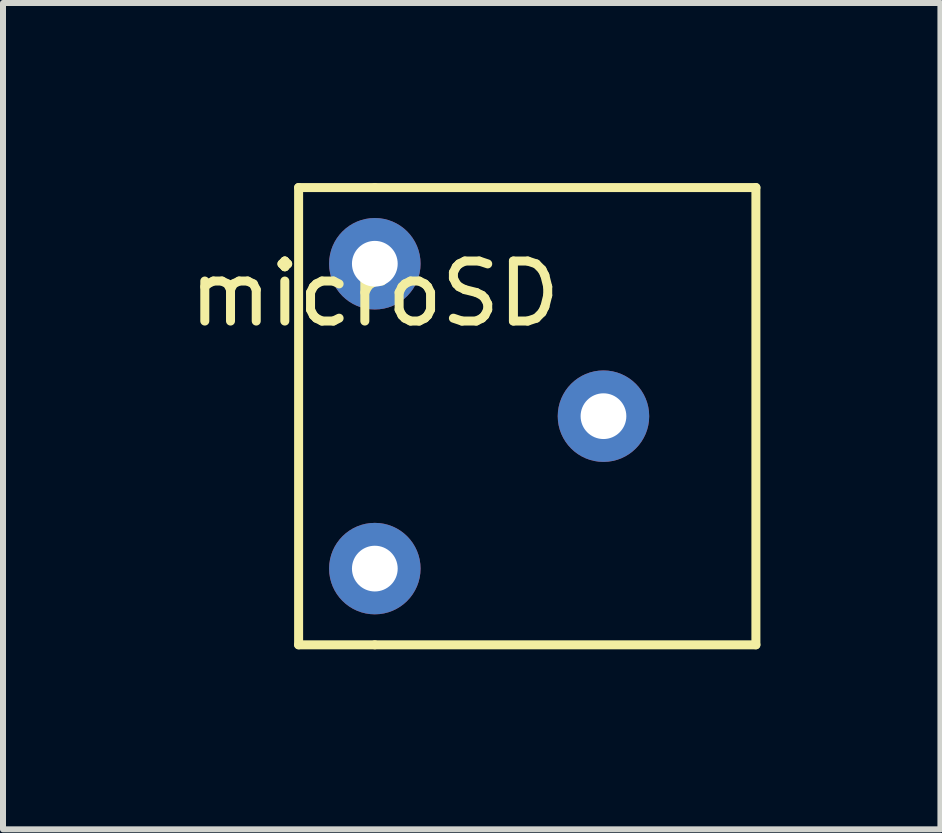
<source format=kicad_pcb>
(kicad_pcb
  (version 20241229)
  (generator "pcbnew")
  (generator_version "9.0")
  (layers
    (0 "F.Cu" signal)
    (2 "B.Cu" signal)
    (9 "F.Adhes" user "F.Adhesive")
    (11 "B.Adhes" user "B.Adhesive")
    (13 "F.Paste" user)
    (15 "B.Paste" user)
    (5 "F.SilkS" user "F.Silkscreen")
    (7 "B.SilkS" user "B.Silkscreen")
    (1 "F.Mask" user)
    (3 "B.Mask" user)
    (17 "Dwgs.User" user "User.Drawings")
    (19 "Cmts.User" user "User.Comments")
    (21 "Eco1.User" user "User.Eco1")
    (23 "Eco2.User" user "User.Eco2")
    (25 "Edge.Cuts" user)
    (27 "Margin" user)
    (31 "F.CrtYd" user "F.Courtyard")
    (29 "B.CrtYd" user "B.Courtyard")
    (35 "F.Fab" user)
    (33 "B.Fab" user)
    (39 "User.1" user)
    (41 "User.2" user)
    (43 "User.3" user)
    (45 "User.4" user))
  (footprint "microSD"
    (layer "F.Cu")
    (at 3.196 1.345)
    (property "Reference" "microSD" (at 0 0.5 0) (layer "F.SilkS") (effects (font (size 1 1) (thickness 0.15))))
    (attr through_hole)
    (fp_line (start -1.27 -1.27) (end 0 -1.27) (stroke (width 0.15) (type solid)) (layer "F.SilkS"))
    (fp_line (start -1.27 6.35) (end -1.27 -1.27) (stroke (width 0.15) (type solid)) (layer "F.SilkS"))
    (fp_line (start 0 -1.27) (end 6.35 -1.27) (stroke (width 0.15) (type solid)) (layer "F.SilkS"))
    (fp_line (start 0 6.35) (end -1.27 6.35) (stroke (width 0.15) (type solid)) (layer "F.SilkS"))
    (fp_line (start 6.35 -1.27) (end 6.35 6.35) (stroke (width 0.15) (type solid)) (layer "F.SilkS"))
    (fp_line (start 6.35 6.35) (end 0 6.35) (stroke (width 0.15) (type solid)) (layer "F.SilkS"))
    (pad "1" thru_hole circle (at 0 0) (size 1.524 1.524) (drill 0.762) (layers "*.Cu" "*.Mask"))
    (pad "2" thru_hole circle (at 3.81 2.54) (size 1.524 1.524) (drill 0.762) (layers "*.Cu" "*.Mask"))
    (pad "3" thru_hole circle (at 0 5.08) (size 1.524 1.524) (drill 0.762) (layers "*.Cu" "*.Mask")))
  (gr_rect
    (start -3 -3)
    (end 12.621 10.77)
    (stroke (width 0.1) (type default))
    (fill no)
    (layer "Edge.Cuts")))
</source>
